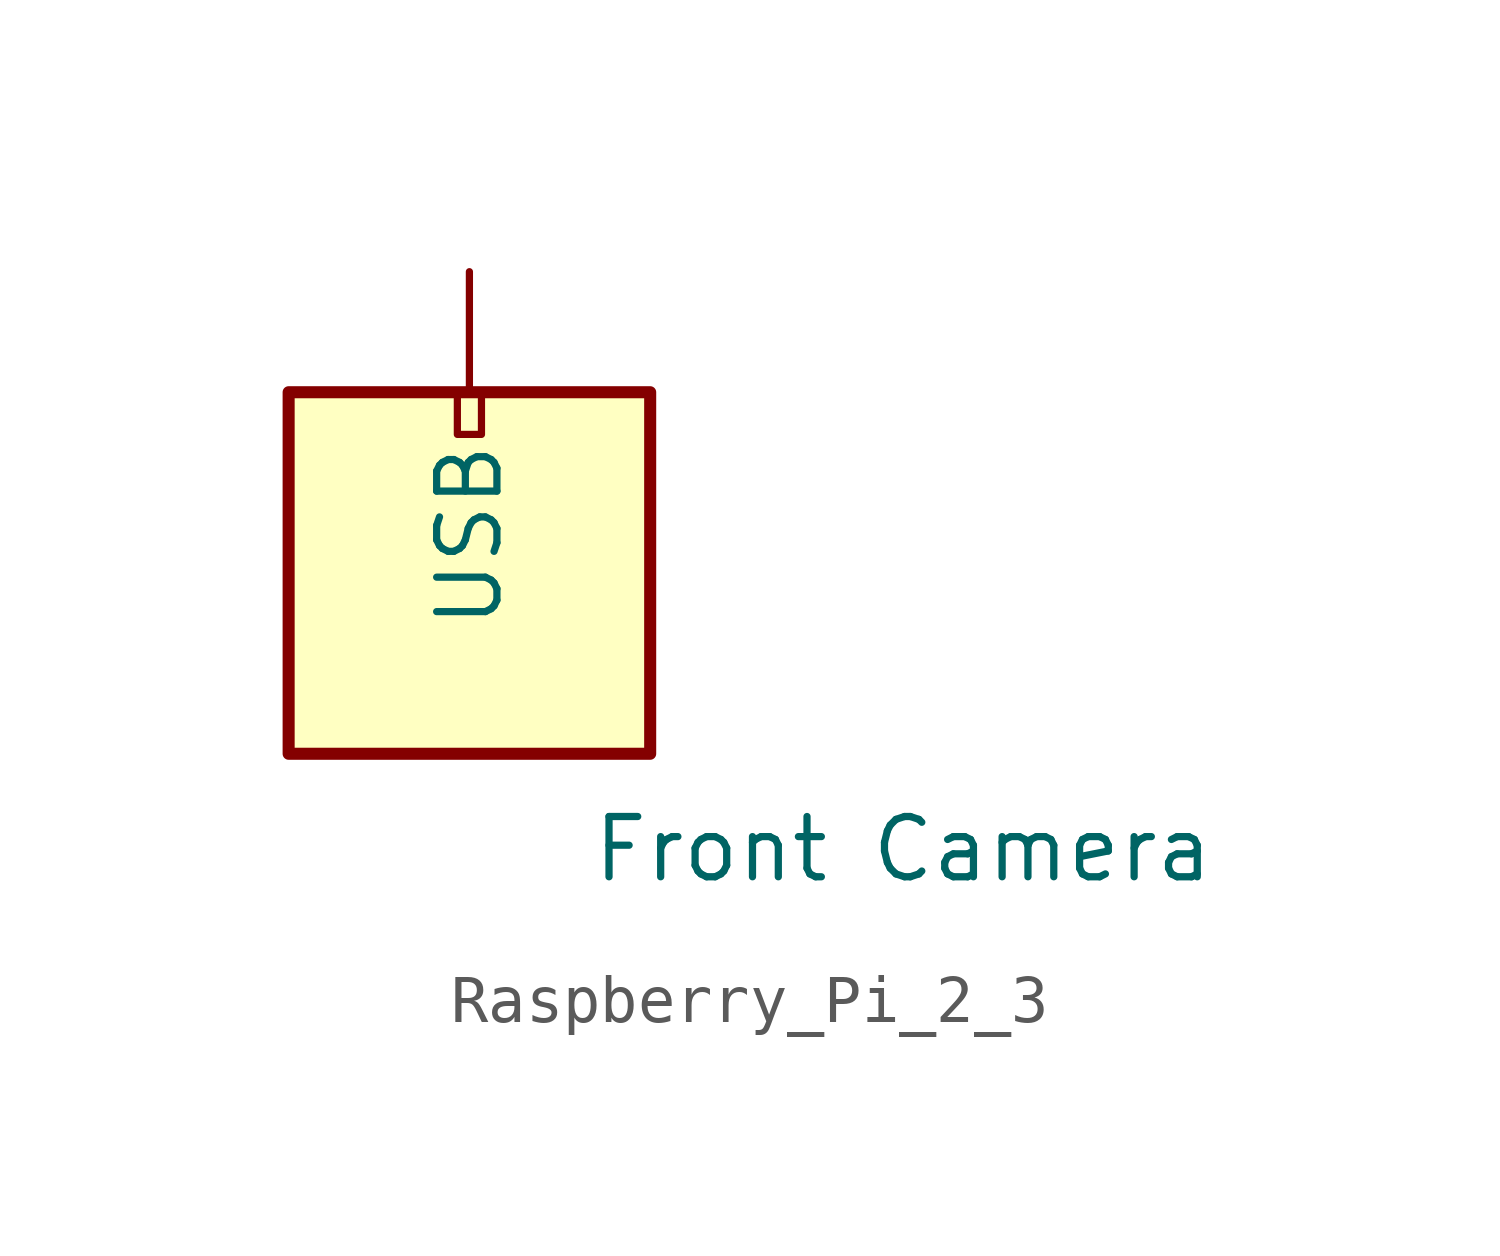
<source format=kicad_sym>
(kicad_symbol_lib
  (version 20220914)
  (generator kicad_symbol_editor)
  (symbol "Raspberry_Pi_2_3"
    (pin_names
      (offset 1.016))
    (property "Reference" "J"
      (at -17.78 31.75 0)
      (effects (font (size 1.27 1.27)) (justify left bottom) hide))
    (property "Value" "Front Camera"
      (at 2.54 -3.81 0)
      (effects (font (size 1.27 1.27)) (justify left top)))
    (symbol "Raspberry_Pi_2_3_0_1"
      (rectangle (start -3.81 5.08) (end 3.81 -2.54) (stroke (width 0.254) (type default)) (fill (type background))))
    (symbol "Raspberry_Pi_2_3_1_1"
      (rectangle (start -0.254 5.08) (end 0.254 4.191) (stroke (width 0) (type default)) (fill (type none)))
      (pin power_in line (at 0 7.62 270) (length 2.54) (name "USB" (effects (font (size 1.27 1.27)))) (number "" (effects (font (size 1.27 1.27))))))))
</source>
